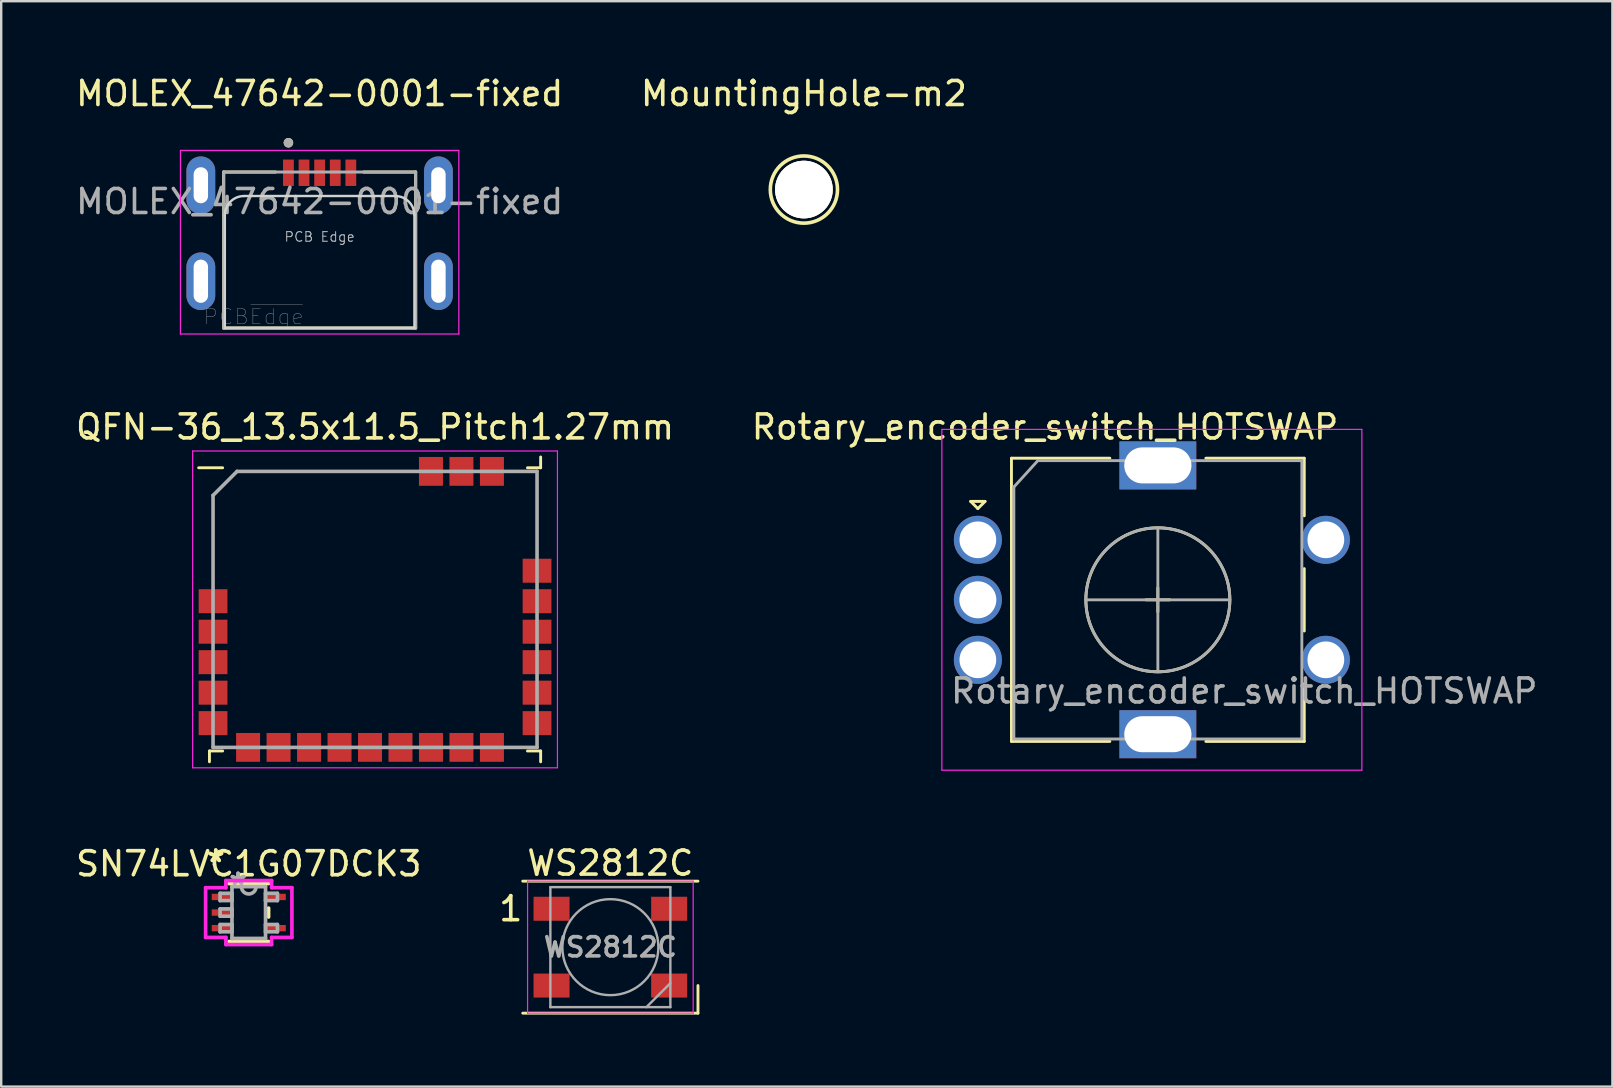
<source format=kicad_pcb>
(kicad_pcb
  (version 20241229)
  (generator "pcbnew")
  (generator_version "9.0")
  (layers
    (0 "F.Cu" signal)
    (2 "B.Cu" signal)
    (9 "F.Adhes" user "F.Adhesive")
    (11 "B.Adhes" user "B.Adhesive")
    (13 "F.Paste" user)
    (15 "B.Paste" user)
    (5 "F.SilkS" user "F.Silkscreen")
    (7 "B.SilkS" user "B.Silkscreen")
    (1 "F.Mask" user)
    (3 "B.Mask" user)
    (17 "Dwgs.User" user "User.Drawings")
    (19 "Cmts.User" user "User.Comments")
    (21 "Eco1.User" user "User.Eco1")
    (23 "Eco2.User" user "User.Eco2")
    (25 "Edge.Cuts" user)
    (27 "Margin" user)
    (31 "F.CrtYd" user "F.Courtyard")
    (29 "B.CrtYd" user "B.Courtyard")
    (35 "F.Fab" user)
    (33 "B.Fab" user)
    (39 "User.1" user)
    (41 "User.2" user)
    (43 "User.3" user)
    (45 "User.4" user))
  (footprint "WS2812C"
    (layer "F.Cu")
    (at 22.382 36.415)
    (property "Reference" "WS2812C" (at 0 -3.5 0) (layer "F.SilkS") (effects (font (size 1 1) (thickness 0.15))))
    (attr smd)
    (fp_line (start -3.65 -2.75) (end 3.65 -2.75) (stroke (width 0.12) (type solid)) (layer "F.SilkS"))
    (fp_line (start -3.65 2.75) (end 3.65 2.75) (stroke (width 0.12) (type solid)) (layer "F.SilkS"))
    (fp_line (start 3.65 2.75) (end 3.65 1.6) (stroke (width 0.12) (type solid)) (layer "F.SilkS"))
    (fp_line (start -3.45 -2.75) (end -3.45 2.75) (stroke (width 0.05) (type solid)) (layer "F.CrtYd"))
    (fp_line (start -3.45 2.75) (end 3.45 2.75) (stroke (width 0.05) (type solid)) (layer "F.CrtYd"))
    (fp_line (start 3.45 -2.75) (end -3.45 -2.75) (stroke (width 0.05) (type solid)) (layer "F.CrtYd"))
    (fp_line (start 3.45 2.75) (end 3.45 -2.75) (stroke (width 0.05) (type solid)) (layer "F.CrtYd"))
    (fp_line (start -2.5 -2.5) (end -2.5 2.5) (stroke (width 0.1) (type solid)) (layer "F.Fab"))
    (fp_line (start -2.5 2.5) (end 2.5 2.5) (stroke (width 0.1) (type solid)) (layer "F.Fab"))
    (fp_line (start 2.5 -2.5) (end -2.5 -2.5) (stroke (width 0.1) (type solid)) (layer "F.Fab"))
    (fp_line (start 2.5 1.5) (end 1.5 2.5) (stroke (width 0.1) (type solid)) (layer "F.Fab"))
    (fp_line (start 2.5 2.5) (end 2.5 -2.5) (stroke (width 0.1) (type solid)) (layer "F.Fab"))
    (fp_circle (center 0 0) (end 0 -2) (stroke (width 0.1) (type solid)) (fill no) (layer "F.Fab"))
    (fp_text user "1" (at -4.15 -1.6 0) (layer "F.SilkS") (effects (font (size 1 1) (thickness 0.15))))
    (fp_text user "${REFERENCE}" (at 0 0 0) (layer "F.Fab") (effects (font (size 0.8 0.8) (thickness 0.15))))
    (pad "1" smd rect (at -2.45 -1.6) (size 1.5 1) (layers "F.Cu" "F.Mask" "F.Paste"))
    (pad "2" smd rect (at -2.45 1.6) (size 1.5 1) (layers "F.Cu" "F.Mask" "F.Paste"))
    (pad "3" smd rect (at 2.45 1.6) (size 1.5 1) (layers "F.Cu" "F.Mask" "F.Paste"))
    (pad "4" smd rect (at 2.45 -1.6) (size 1.5 1) (layers "F.Cu" "F.Mask" "F.Paste")))
  (footprint "Rotary_encoder_switch_HOTSWAP"
    (layer "F.Cu")
    (at 45.194 21.942)
    (property "Reference" "Rotary_encoder_switch_HOTSWAP" (at -4.7 -7.2 0) (layer "F.SilkS") (effects (font (size 1 1) (thickness 0.15))))
    (attr through_hole)
    (fp_line (start -7.8 -4.1) (end -7.2 -4.1) (stroke (width 0.12) (type solid)) (layer "F.SilkS"))
    (fp_line (start -7.5 -3.8) (end -7.8 -4.1) (stroke (width 0.12) (type solid)) (layer "F.SilkS"))
    (fp_line (start -7.2 -4.1) (end -7.5 -3.8) (stroke (width 0.12) (type solid)) (layer "F.SilkS"))
    (fp_line (start -6.1 -5.9) (end -6.1 5.9) (stroke (width 0.12) (type solid)) (layer "F.SilkS"))
    (fp_line (start -2 -5.9) (end -6.1 -5.9) (stroke (width 0.12) (type solid)) (layer "F.SilkS"))
    (fp_line (start -2 5.9) (end -6.1 5.9) (stroke (width 0.12) (type solid)) (layer "F.SilkS"))
    (fp_line (start -0.5 0) (end 0.5 0) (stroke (width 0.12) (type solid)) (layer "F.SilkS"))
    (fp_line (start 0 -0.5) (end 0 0.5) (stroke (width 0.12) (type solid)) (layer "F.SilkS"))
    (fp_line (start 2 -5.9) (end 6.1 -5.9) (stroke (width 0.12) (type solid)) (layer "F.SilkS"))
    (fp_line (start 6.1 -5.9) (end 6.1 -3.5) (stroke (width 0.12) (type solid)) (layer "F.SilkS"))
    (fp_line (start 6.1 -1.3) (end 6.1 1.3) (stroke (width 0.12) (type solid)) (layer "F.SilkS"))
    (fp_line (start 6.1 3.5) (end 6.1 5.9) (stroke (width 0.12) (type solid)) (layer "F.SilkS"))
    (fp_line (start 6.1 5.9) (end 2 5.9) (stroke (width 0.12) (type solid)) (layer "F.SilkS"))
    (fp_circle (center 0 0) (end 3 0) (stroke (width 0.12) (type solid)) (fill no) (layer "F.SilkS"))
    (fp_line (start -9 -7.1) (end -9 7.1) (stroke (width 0.05) (type solid)) (layer "F.CrtYd"))
    (fp_line (start -9 -7.1) (end 8.5 -7.1) (stroke (width 0.05) (type solid)) (layer "F.CrtYd"))
    (fp_line (start 8.5 7.1) (end -9 7.1) (stroke (width 0.05) (type solid)) (layer "F.CrtYd"))
    (fp_line (start 8.5 7.1) (end 8.5 -7.1) (stroke (width 0.05) (type solid)) (layer "F.CrtYd"))
    (fp_line (start -6 -4.7) (end -5 -5.8) (stroke (width 0.12) (type solid)) (layer "F.Fab"))
    (fp_line (start -6 5.8) (end -6 -4.7) (stroke (width 0.12) (type solid)) (layer "F.Fab"))
    (fp_line (start -5 -5.8) (end 6 -5.8) (stroke (width 0.12) (type solid)) (layer "F.Fab"))
    (fp_line (start -3 0) (end 3 0) (stroke (width 0.12) (type solid)) (layer "F.Fab"))
    (fp_line (start 0 -3) (end 0 3) (stroke (width 0.12) (type solid)) (layer "F.Fab"))
    (fp_line (start 6 -5.8) (end 6 5.8) (stroke (width 0.12) (type solid)) (layer "F.Fab"))
    (fp_line (start 6 5.8) (end -6 5.8) (stroke (width 0.12) (type solid)) (layer "F.Fab"))
    (fp_circle (center 0 0) (end 3 0) (stroke (width 0.12) (type solid)) (fill no) (layer "F.Fab"))
    (fp_text user "${REFERENCE}" (at 3.6 3.8 0) (layer "F.Fab") (effects (font (size 1 1) (thickness 0.15))))
    (pad "A" thru_hole circle (at -7.5 -2.5) (size 2 2) (drill 1.53) (layers "*.Cu" "*.Mask"))
    (pad "B" thru_hole circle (at -7.5 2.5) (size 2 2) (drill 1.53) (layers "*.Cu" "*.Mask"))
    (pad "C" thru_hole circle (at -7.5 0) (size 2 2) (drill 1.54) (layers "*.Cu" "*.Mask"))
    (pad "MP" thru_hole rect (at 0 -5.6) (size 3.2 2) (drill oval 2.8 1.5) (layers "*.Cu" "*.Mask"))
    (pad "MP" thru_hole rect (at 0 5.6) (size 3.2 2) (drill oval 2.8 1.5) (layers "*.Cu" "*.Mask"))
    (pad "S1" thru_hole circle (at 7 2.5) (size 2 2) (drill 1.53) (layers "*.Cu" "*.Mask"))
    (pad "S2" thru_hole circle (at 7 -2.5) (size 2 2) (drill 1.53) (layers "*.Cu" "*.Mask")))
  (footprint "QFN-36_13.5x11.5_Pitch1.27mm"
    (layer "F.Cu")
    (at 12.577 22.341)
    (property "Reference" "QFN-36_13.5x11.5_Pitch1.27mm" (at 0 -7.6 0) (layer "F.SilkS") (effects (font (size 1 1) (thickness 0.15))))
    (attr smd)
    (fp_line (start -6.9 5.9) (end -6.9 6.35) (stroke (width 0.12) (type solid)) (layer "F.SilkS"))
    (fp_line (start -6.35 -5.9) (end -7.35 -5.9) (stroke (width 0.12) (type solid)) (layer "F.SilkS"))
    (fp_line (start -6.35 5.9) (end -6.9 5.9) (stroke (width 0.12) (type solid)) (layer "F.SilkS"))
    (fp_line (start 6.35 -5.9) (end 6.9 -5.9) (stroke (width 0.12) (type solid)) (layer "F.SilkS"))
    (fp_line (start 6.35 5.9) (end 6.9 5.9) (stroke (width 0.12) (type solid)) (layer "F.SilkS"))
    (fp_line (start 6.9 -5.9) (end 6.9 -6.35) (stroke (width 0.12) (type solid)) (layer "F.SilkS"))
    (fp_line (start 6.9 5.9) (end 6.9 6.35) (stroke (width 0.12) (type solid)) (layer "F.SilkS"))
    (fp_line (start -7.6 -6.6) (end 7.6 -6.6) (stroke (width 0.05) (type solid)) (layer "F.CrtYd"))
    (fp_line (start -7.6 6.6) (end -7.6 -6.6) (stroke (width 0.05) (type solid)) (layer "F.CrtYd"))
    (fp_line (start 7.6 -6.6) (end 7.6 6.6) (stroke (width 0.05) (type solid)) (layer "F.CrtYd"))
    (fp_line (start 7.6 6.6) (end -7.6 6.6) (stroke (width 0.05) (type solid)) (layer "F.CrtYd"))
    (fp_line (start -6.75 -4.75) (end -6.75 5.75) (stroke (width 0.15) (type solid)) (layer "F.Fab"))
    (fp_line (start -6.75 5.75) (end 6.75 5.75) (stroke (width 0.15) (type solid)) (layer "F.Fab"))
    (fp_line (start -5.75 -5.75) (end -6.75 -4.75) (stroke (width 0.15) (type solid)) (layer "F.Fab"))
    (fp_line (start 6.75 -5.75) (end -5.75 -5.75) (stroke (width 0.15) (type solid)) (layer "F.Fab"))
    (fp_line (start 6.75 5.75) (end 6.75 -5.75) (stroke (width 0.15) (type solid)) (layer "F.Fab"))
    (pad "4" smd rect (at -6.75 -0.34 90) (size 1 1.2) (layers "F.Cu" "F.Mask" "F.Paste"))
    (pad "5" smd rect (at -6.75 0.93 90) (size 1 1.2) (layers "F.Cu" "F.Mask" "F.Paste"))
    (pad "6" smd rect (at -6.75 2.2 90) (size 1 1.2) (layers "F.Cu" "F.Mask" "F.Paste"))
    (pad "7" smd rect (at -6.75 3.47 90) (size 1 1.2) (layers "F.Cu" "F.Mask" "F.Paste"))
    (pad "8" smd rect (at -6.75 4.74 90) (size 1 1.2) (layers "F.Cu" "F.Mask" "F.Paste"))
    (pad "10" smd rect (at -5.29 5.75) (size 1 1.2) (layers "F.Cu" "F.Mask" "F.Paste"))
    (pad "11" smd rect (at -4.02 5.75) (size 1 1.2) (layers "F.Cu" "F.Mask" "F.Paste"))
    (pad "12" smd rect (at -2.75 5.75) (size 1 1.2) (layers "F.Cu" "F.Mask" "F.Paste"))
    (pad "13" smd rect (at -1.48 5.75) (size 1 1.2) (layers "F.Cu" "F.Mask" "F.Paste"))
    (pad "14" smd rect (at -0.21 5.75) (size 1 1.2) (layers "F.Cu" "F.Mask" "F.Paste"))
    (pad "15" smd rect (at 1.06 5.75) (size 1 1.2) (layers "F.Cu" "F.Mask" "F.Paste"))
    (pad "16" smd rect (at 2.33 5.75) (size 1 1.2) (layers "F.Cu" "F.Mask" "F.Paste"))
    (pad "17" smd rect (at 3.6 5.75) (size 1 1.2) (layers "F.Cu" "F.Mask" "F.Paste"))
    (pad "18" smd rect (at 4.87 5.75) (size 1 1.2) (layers "F.Cu" "F.Mask" "F.Paste"))
    (pad "20" smd rect (at 6.75 4.74 90) (size 1 1.2) (layers "F.Cu" "F.Mask" "F.Paste"))
    (pad "21" smd rect (at 6.75 3.47 90) (size 1 1.2) (layers "F.Cu" "F.Mask" "F.Paste"))
    (pad "22" smd rect (at 6.75 2.2 90) (size 1 1.2) (layers "F.Cu" "F.Mask" "F.Paste"))
    (pad "23" smd rect (at 6.75 0.93 90) (size 1 1.2) (layers "F.Cu" "F.Mask" "F.Paste"))
    (pad "24" smd rect (at 6.75 -0.34 90) (size 1 1.2) (layers "F.Cu" "F.Mask" "F.Paste"))
    (pad "25" smd rect (at 6.75 -1.61 90) (size 1 1.2) (layers "F.Cu" "F.Mask" "F.Paste"))
    (pad "28" smd rect (at 4.87 -5.75) (size 1 1.2) (layers "F.Cu" "F.Mask" "F.Paste"))
    (pad "29" smd rect (at 3.6 -5.75) (size 1 1.2) (layers "F.Cu" "F.Mask" "F.Paste"))
    (pad "30" smd rect (at 2.33 -5.75) (size 1 1.2) (layers "F.Cu" "F.Mask" "F.Paste")))
  (footprint "MOLEX_47642-0001-fixed"
    (layer "F.Cu")
    (at 10.268 4.148)
    (property "Reference" "MOLEX_47642-0001-fixed" (at 0 -3.3 180) (layer "F.SilkS") (effects (font (size 1 1) (thickness 0.15))))
    (attr through_hole)
    (fp_line (start -4 -0.03) (end -4 6.47) (stroke (width 0.127) (type solid)) (layer "F.SilkS"))
    (fp_line (start -4 -0.03) (end -1.84 -0.03) (stroke (width 0.127) (type solid)) (layer "F.SilkS"))
    (fp_line (start -4 6.47) (end 4 6.47) (stroke (width 0.127) (type solid)) (layer "F.SilkS"))
    (fp_line (start 1.84 -0.03) (end 4 -0.03) (stroke (width 0.127) (type solid)) (layer "F.SilkS"))
    (fp_line (start 4 -0.03) (end 4 6.47) (stroke (width 0.127) (type solid)) (layer "F.SilkS"))
    (fp_circle (center -1.3 -1.25) (end -1.2 -1.25) (stroke (width 0.2) (type solid)) (fill no) (layer "F.SilkS"))
    (fp_line (start -3.95 6.47) (end -3.95 1.77) (stroke (width 0.1) (type solid)) (layer "Edge.Cuts"))
    (fp_line (start -3.95 6.47) (end 3.95 6.47) (stroke (width 0.1) (type solid)) (layer "Edge.Cuts"))
    (fp_line (start -3.15 0.97) (end 3.15 0.97) (stroke (width 0.1) (type solid)) (layer "Edge.Cuts"))
    (fp_line (start 3.95 1.77) (end 3.95 6.47) (stroke (width 0.1) (type solid)) (layer "Edge.Cuts"))
    (fp_arc (start -3.95 1.77) (mid -3.715685 1.204315) (end -3.15 0.97) (stroke (width 0.1) (type solid)) (layer "Edge.Cuts"))
    (fp_arc (start 3.15 0.97) (mid 3.715685 1.204315) (end 3.95 1.77) (stroke (width 0.1) (type solid)) (layer "Edge.Cuts"))
    (fp_line (start -5.8 -0.93) (end 5.8 -0.93) (stroke (width 0.05) (type solid)) (layer "F.CrtYd"))
    (fp_line (start -5.8 6.72) (end -5.8 -0.93) (stroke (width 0.05) (type solid)) (layer "F.CrtYd"))
    (fp_line (start 5.8 -0.93) (end 5.8 6.72) (stroke (width 0.05) (type solid)) (layer "F.CrtYd"))
    (fp_line (start 5.8 6.72) (end -5.8 6.72) (stroke (width 0.05) (type solid)) (layer "F.CrtYd"))
    (fp_line (start -4 -0.03) (end -4 6.47) (stroke (width 0.127) (type solid)) (layer "F.Fab"))
    (fp_line (start -4 -0.03) (end 4 -0.03) (stroke (width 0.127) (type solid)) (layer "F.Fab"))
    (fp_line (start -4 6.47) (end 4 6.47) (stroke (width 0.127) (type solid)) (layer "F.Fab"))
    (fp_line (start 4 -0.03) (end 4 6.47) (stroke (width 0.127) (type solid)) (layer "F.Fab"))
    (fp_circle (center -1.3 -1.25) (end -1.2 -1.25) (stroke (width 0.2) (type solid)) (fill no) (layer "F.Fab"))
    (fp_text user "PCB Edge" (at 0 2.67 180) (layer "Dwgs.User") (effects (font (size 0.4 0.4) (thickness 0.04))))
    (fp_text user "${REFERENCE}" (at 0 1.2 0) (layer "F.Fab") (effects (font (size 1 1) (thickness 0.15))))
    (fp_text user "PCB~{Edge}" (at -2.75 6 0) (layer "F.Fab") (effects (font (size 0.64 0.64) (thickness 0.015))))
    (pad "1" smd rect (at -1.3 0) (size 0.45 1.1) (layers "F.Cu" "F.Mask" "F.Paste"))
    (pad "2" smd rect (at -0.65 0) (size 0.45 1.1) (layers "F.Cu" "F.Mask" "F.Paste"))
    (pad "3" smd rect (at 0 0) (size 0.45 1.1) (layers "F.Cu" "F.Mask" "F.Paste"))
    (pad "4" smd rect (at 0.65 0) (size 0.45 1.1) (layers "F.Cu" "F.Mask" "F.Paste"))
    (pad "5" smd rect (at 1.3 0) (size 0.45 1.1) (layers "F.Cu" "F.Mask" "F.Paste"))
    (pad "S1" thru_hole oval (at -4.95 0.52) (size 1.2 2.4) (drill oval 0.6 1.5) (layers "*.Cu" "*.Mask"))
    (pad "S2" thru_hole oval (at -4.95 4.52) (size 1.2 2.4) (drill oval 0.6 1.8) (layers "*.Cu" "*.Mask"))
    (pad "S3" thru_hole oval (at 4.95 4.52) (size 1.2 2.4) (drill oval 0.6 1.8) (layers "*.Cu" "*.Mask"))
    (pad "S4" thru_hole oval (at 4.95 0.52) (size 1.2 2.4) (drill oval 0.6 1.5) (layers "*.Cu" "*.Mask")))
  (footprint "SN74LVC1G07DCK3"
    (layer "F.Cu")
    (at 7.315 34.973)
    (property "Reference" "SN74LVC1G07DCK3" (at 0 -2.032 0) (layer "F.SilkS") (effects (font (size 1 1) (thickness 0.15))))
    (attr through_hole)
    (fp_line (start -0.826 1.206) (end 0.826 1.206) (stroke (width 0.152) (type solid)) (layer "F.SilkS"))
    (fp_line (start 0.826 -1.206) (end -0.826 -1.206) (stroke (width 0.152) (type solid)) (layer "F.SilkS"))
    (fp_line (start 0.826 0.185) (end 0.826 -0.185) (stroke (width 0.152) (type solid)) (layer "F.SilkS"))
    (fp_line (start -1.798 -1.036) (end -0.953 -1.036) (stroke (width 0.152) (type solid)) (layer "F.CrtYd"))
    (fp_line (start -1.798 1.036) (end -1.798 -1.036) (stroke (width 0.152) (type solid)) (layer "F.CrtYd"))
    (fp_line (start -0.953 -1.333) (end 0.953 -1.333) (stroke (width 0.152) (type solid)) (layer "F.CrtYd"))
    (fp_line (start -0.953 -1.036) (end -0.953 -1.333) (stroke (width 0.152) (type solid)) (layer "F.CrtYd"))
    (fp_line (start -0.953 1.036) (end -1.798 1.036) (stroke (width 0.152) (type solid)) (layer "F.CrtYd"))
    (fp_line (start -0.953 1.333) (end -0.953 1.036) (stroke (width 0.152) (type solid)) (layer "F.CrtYd"))
    (fp_line (start 0.953 -1.333) (end 0.953 -1.036) (stroke (width 0.152) (type solid)) (layer "F.CrtYd"))
    (fp_line (start 0.953 -1.036) (end 1.798 -1.036) (stroke (width 0.152) (type solid)) (layer "F.CrtYd"))
    (fp_line (start 0.953 1.036) (end 0.953 1.333) (stroke (width 0.152) (type solid)) (layer "F.CrtYd"))
    (fp_line (start 0.953 1.333) (end -0.953 1.333) (stroke (width 0.152) (type solid)) (layer "F.CrtYd"))
    (fp_line (start 1.798 -1.036) (end 1.798 1.036) (stroke (width 0.152) (type solid)) (layer "F.CrtYd"))
    (fp_line (start 1.798 1.036) (end 0.953 1.036) (stroke (width 0.152) (type solid)) (layer "F.CrtYd"))
    (fp_line (start -1.194 -0.802) (end -1.194 -0.498) (stroke (width 0.152) (type solid)) (layer "F.Fab"))
    (fp_line (start -1.194 -0.498) (end -0.699 -0.498) (stroke (width 0.152) (type solid)) (layer "F.Fab"))
    (fp_line (start -1.194 -0.152) (end -1.194 0.152) (stroke (width 0.152) (type solid)) (layer "F.Fab"))
    (fp_line (start -1.194 0.152) (end -0.699 0.152) (stroke (width 0.152) (type solid)) (layer "F.Fab"))
    (fp_line (start -1.194 0.498) (end -1.194 0.802) (stroke (width 0.152) (type solid)) (layer "F.Fab"))
    (fp_line (start -1.194 0.802) (end -0.699 0.802) (stroke (width 0.152) (type solid)) (layer "F.Fab"))
    (fp_line (start -0.699 -1.079) (end -0.699 1.079) (stroke (width 0.152) (type solid)) (layer "F.Fab"))
    (fp_line (start -0.699 -0.802) (end -1.194 -0.802) (stroke (width 0.152) (type solid)) (layer "F.Fab"))
    (fp_line (start -0.699 -0.498) (end -0.699 -0.802) (stroke (width 0.152) (type solid)) (layer "F.Fab"))
    (fp_line (start -0.699 -0.152) (end -1.194 -0.152) (stroke (width 0.152) (type solid)) (layer "F.Fab"))
    (fp_line (start -0.699 0.152) (end -0.699 -0.152) (stroke (width 0.152) (type solid)) (layer "F.Fab"))
    (fp_line (start -0.699 0.498) (end -1.194 0.498) (stroke (width 0.152) (type solid)) (layer "F.Fab"))
    (fp_line (start -0.699 0.802) (end -0.699 0.498) (stroke (width 0.152) (type solid)) (layer "F.Fab"))
    (fp_line (start -0.699 1.079) (end 0.699 1.079) (stroke (width 0.152) (type solid)) (layer "F.Fab"))
    (fp_line (start 0.699 -1.079) (end -0.699 -1.079) (stroke (width 0.152) (type solid)) (layer "F.Fab"))
    (fp_line (start 0.699 -0.802) (end 0.699 -0.498) (stroke (width 0.152) (type solid)) (layer "F.Fab"))
    (fp_line (start 0.699 -0.498) (end 1.194 -0.498) (stroke (width 0.152) (type solid)) (layer "F.Fab"))
    (fp_line (start 0.699 0.498) (end 0.699 0.802) (stroke (width 0.152) (type solid)) (layer "F.Fab"))
    (fp_line (start 0.699 0.802) (end 1.194 0.802) (stroke (width 0.152) (type solid)) (layer "F.Fab"))
    (fp_line (start 0.699 1.079) (end 0.699 -1.079) (stroke (width 0.152) (type solid)) (layer "F.Fab"))
    (fp_line (start 1.194 -0.802) (end 0.699 -0.802) (stroke (width 0.152) (type solid)) (layer "F.Fab"))
    (fp_line (start 1.194 -0.498) (end 1.194 -0.802) (stroke (width 0.152) (type solid)) (layer "F.Fab"))
    (fp_line (start 1.194 0.498) (end 0.699 0.498) (stroke (width 0.152) (type solid)) (layer "F.Fab"))
    (fp_line (start 1.194 0.802) (end 1.194 0.498) (stroke (width 0.152) (type solid)) (layer "F.Fab"))
    (fp_arc (start 0.3048 -1.0795) (mid 0 -0.7747) (end -0.3048 -1.0795) (stroke (width 0.1524) (type solid)) (layer "F.Fab"))
    (fp_text user "*" (at -1.375 -2.058 0) (layer "F.SilkS") (effects (font (size 1 1) (thickness 0.15))))
    (fp_text user "*" (at -1.375 -2.058 0) (layer "F.SilkS") (effects (font (size 1 1) (thickness 0.15))))
    (fp_text user "Copyright 2016 Accelerated Designs. All rights reserved." (at 0 0 0) (layer "Cmts.User") (effects (font (size 0.127 0.127) (thickness 0.002))))
    (fp_text user "*" (at -0.445 -1.093 0) (layer "F.Fab") (effects (font (size 1 1) (thickness 0.15))))
    (fp_text user "*" (at -0.445 -1.093 0) (layer "F.Fab") (effects (font (size 1 1) (thickness 0.15))))
    (pad "1" smd rect (at -1.121 -0.65) (size 0.845 0.265) (layers "F.Cu" "F.Mask" "F.Paste"))
    (pad "2" smd rect (at -1.121 0) (size 0.845 0.265) (layers "F.Cu" "F.Mask" "F.Paste"))
    (pad "3" smd rect (at -1.121 0.65) (size 0.845 0.265) (layers "F.Cu" "F.Mask" "F.Paste"))
    (pad "4" smd rect (at 1.121 0.65) (size 0.845 0.265) (layers "F.Cu" "F.Mask" "F.Paste"))
    (pad "5" smd rect (at 1.121 -0.65) (size 0.845 0.265) (layers "F.Cu" "F.Mask" "F.Paste")))
  (footprint "MountingHole-m2"
    (layer "F.Cu")
    (at 30.446 4.848)
    (property "Reference" "MountingHole-m2" (at 0 -4 0) (layer "F.SilkS") (effects (font (size 1 1) (thickness 0.15))))
    (attr through_hole)
    (fp_circle (center 0 0) (end 1.4 0) (stroke (width 0.15) (type solid)) (fill no) (layer "F.SilkS"))
    (pad "" thru_hole circle (at 0 0) (size 2.4 2.4) (drill 2.4) (layers "*.Cu" "*.Mask" "F.SilkS")))
  (gr_rect
    (start -3 -3)
    (end 64.133 42.225)
    (stroke (width 0.1) (type default))
    (fill no)
    (layer "Edge.Cuts")))
</source>
